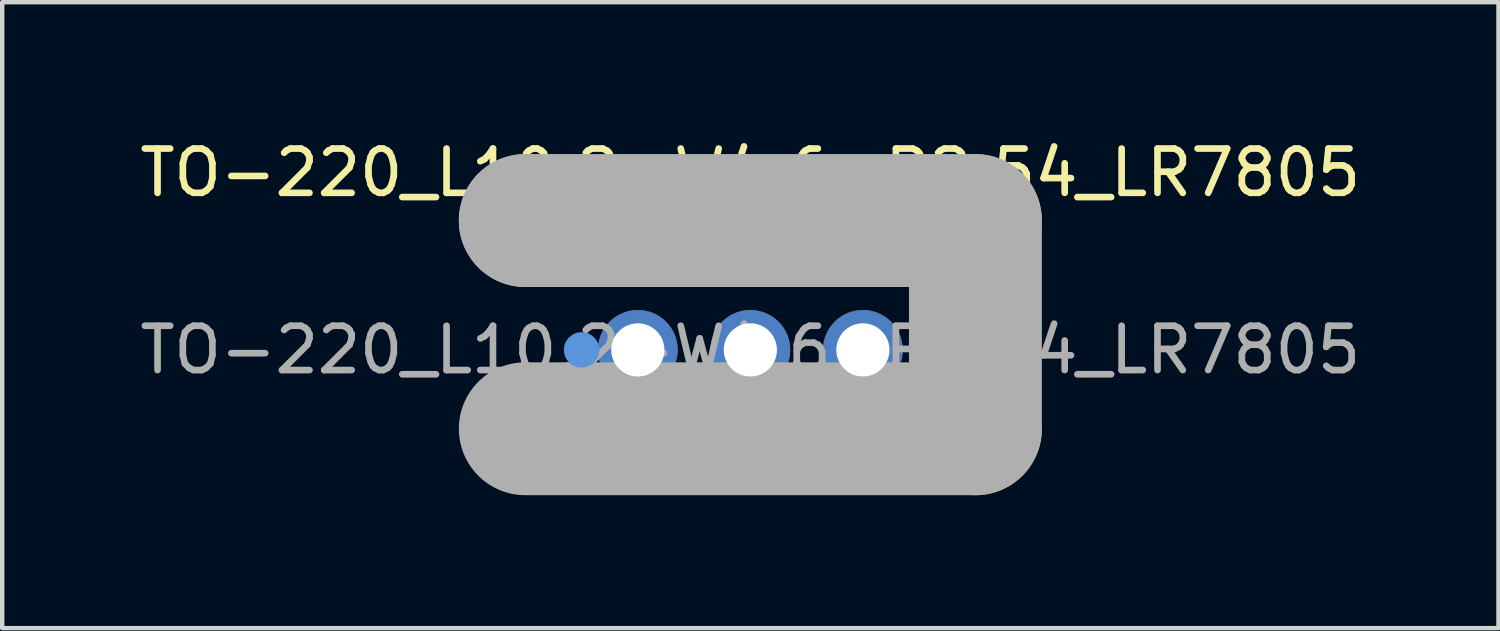
<source format=kicad_pcb>
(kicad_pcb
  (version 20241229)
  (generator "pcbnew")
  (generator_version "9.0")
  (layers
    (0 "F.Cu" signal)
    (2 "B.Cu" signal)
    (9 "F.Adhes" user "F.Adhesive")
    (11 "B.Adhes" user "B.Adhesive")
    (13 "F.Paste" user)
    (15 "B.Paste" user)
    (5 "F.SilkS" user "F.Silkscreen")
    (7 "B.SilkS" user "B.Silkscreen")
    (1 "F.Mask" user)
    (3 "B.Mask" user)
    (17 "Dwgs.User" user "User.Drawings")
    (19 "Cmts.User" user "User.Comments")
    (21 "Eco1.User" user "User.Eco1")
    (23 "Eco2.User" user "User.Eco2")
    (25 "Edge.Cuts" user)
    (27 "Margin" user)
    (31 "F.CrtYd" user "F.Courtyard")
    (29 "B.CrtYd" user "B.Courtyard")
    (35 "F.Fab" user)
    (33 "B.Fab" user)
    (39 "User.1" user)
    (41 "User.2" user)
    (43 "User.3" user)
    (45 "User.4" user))
  (footprint "TO-220_L10.2-W4.6-P2.54_LR7805"
    (layer "F.Cu")
    (at 13.887 4.848)
    (property "Reference" "TO-220_L10.2-W4.6-P2.54_LR7805" (at 0 -4 0) (layer "F.SilkS") (effects (font (size 1 1) (thickness 0.15))))
    (attr smd)
    (fp_line (start -5.08 -1.75) (end 5.08 -1.75) (stroke (width 0.25) (type solid)) (layer "F.SilkS"))
    (fp_circle (center -4.45 2.54) (end -4.25 2.54) (stroke (width 0.4) (type solid)) (fill no) (layer "F.SilkS"))
    (fp_circle (center -3.81 0) (end -3.61 0) (stroke (width 0.4) (type solid)) (fill no) (layer "Cmts.User"))
    (fp_line (start -5.08 -2.92) (end -5.08 -2.92) (stroke (width 3) (type solid)) (layer "F.Fab"))
    (fp_line (start -5.08 -2.92) (end 5.08 -2.92) (stroke (width 3) (type solid)) (layer "F.Fab"))
    (fp_line (start 5.08 -2.92) (end 5.08 1.78) (stroke (width 3) (type solid)) (layer "F.Fab"))
    (fp_line (start 5.08 1.78) (end -5.08 1.78) (stroke (width 3) (type solid)) (layer "F.Fab"))
    (fp_circle (center -5.1 1.69) (end -5.07 1.69) (stroke (width 0.06) (type solid)) (fill no) (layer "F.Fab"))
    (fp_text user "${REFERENCE}" (at 0 0 0) (layer "F.Fab") (effects (font (size 1 1) (thickness 0.15))))
    (pad "1" thru_hole circle (at -2.54 0) (size 1.8 1.8) (drill 1.2) (layers "*.Cu" "*.Paste" "*.Mask"))
    (pad "2" thru_hole circle (at 0 0) (size 1.8 1.8) (drill 1.2) (layers "*.Cu" "*.Paste" "*.Mask"))
    (pad "3" thru_hole circle (at 2.54 0) (size 1.8 1.8) (drill 1.2) (layers "*.Cu" "*.Paste" "*.Mask")))
  (gr_rect
    (start -3 -3)
    (end 30.774 11.128)
    (stroke (width 0.1) (type default))
    (fill no)
    (layer "Edge.Cuts")))
</source>
